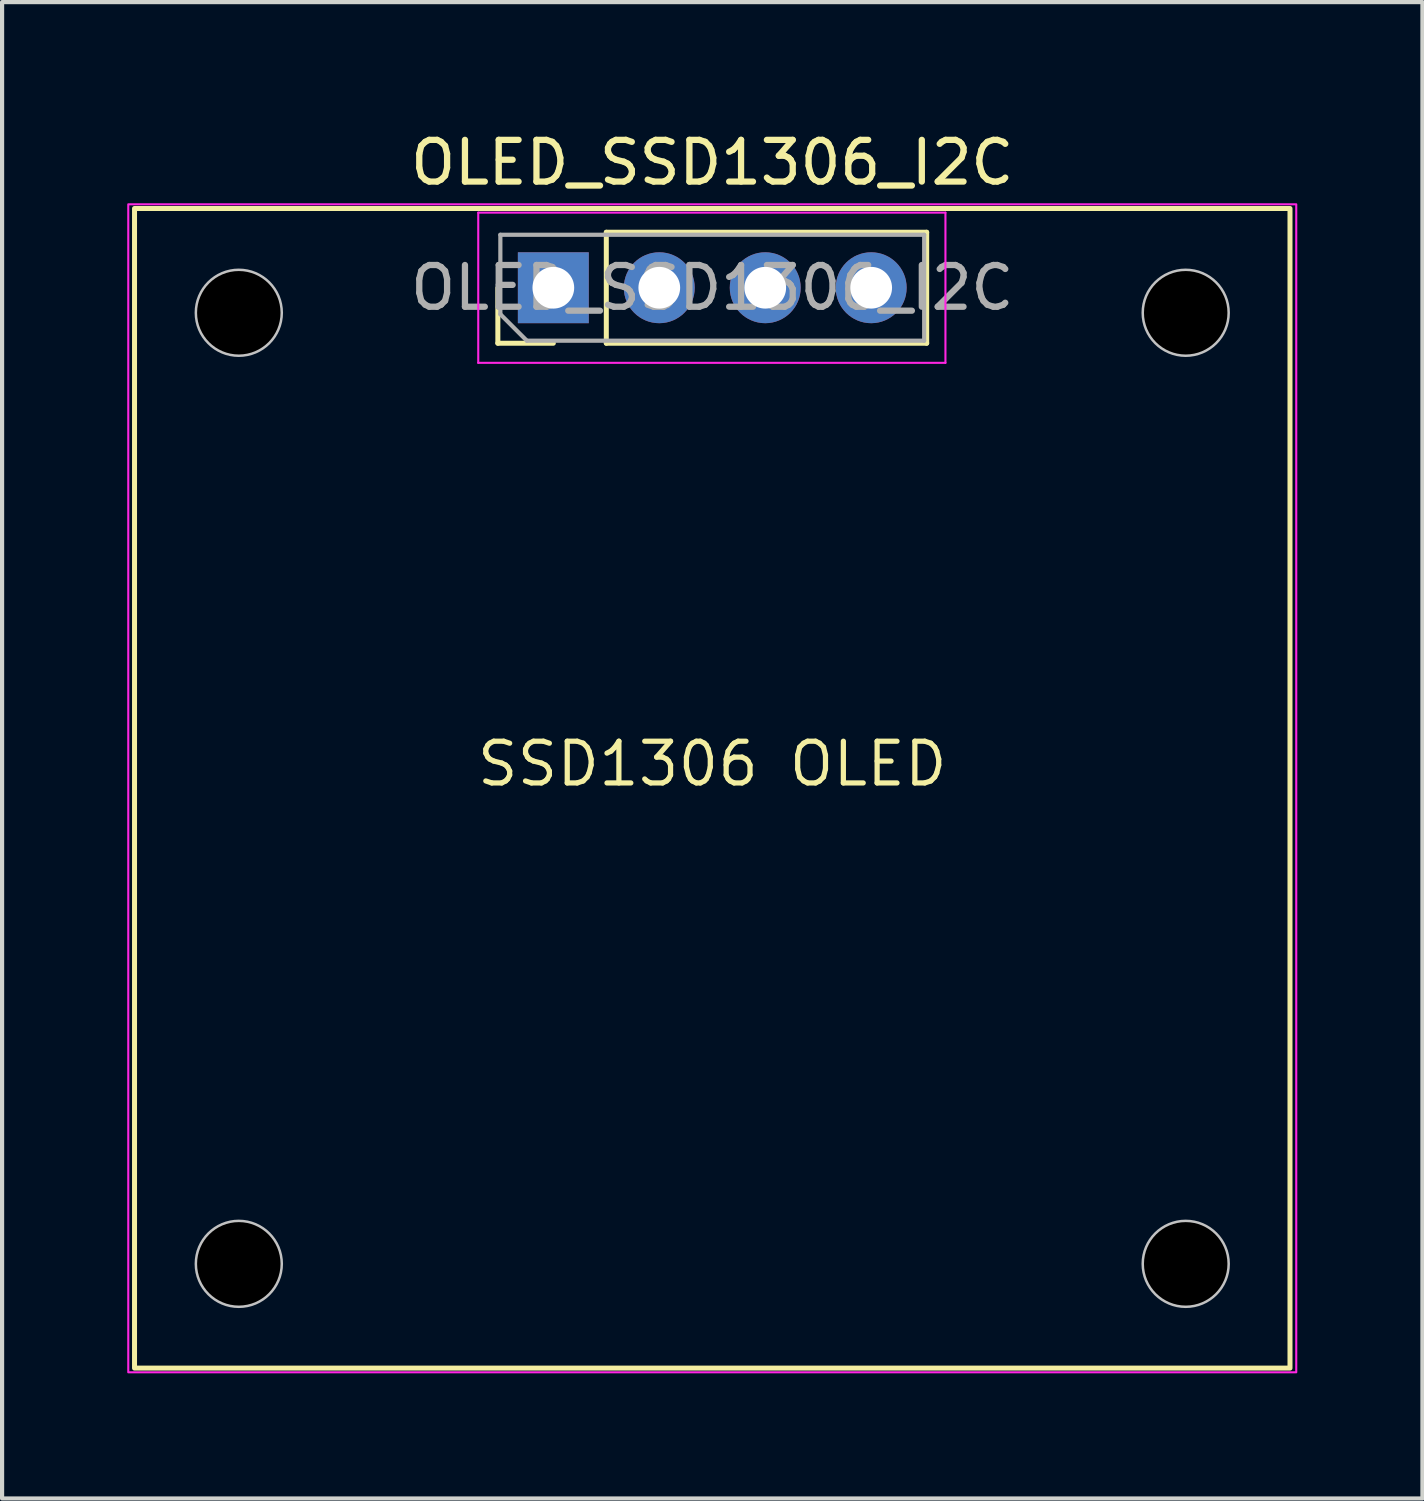
<source format=kicad_pcb>
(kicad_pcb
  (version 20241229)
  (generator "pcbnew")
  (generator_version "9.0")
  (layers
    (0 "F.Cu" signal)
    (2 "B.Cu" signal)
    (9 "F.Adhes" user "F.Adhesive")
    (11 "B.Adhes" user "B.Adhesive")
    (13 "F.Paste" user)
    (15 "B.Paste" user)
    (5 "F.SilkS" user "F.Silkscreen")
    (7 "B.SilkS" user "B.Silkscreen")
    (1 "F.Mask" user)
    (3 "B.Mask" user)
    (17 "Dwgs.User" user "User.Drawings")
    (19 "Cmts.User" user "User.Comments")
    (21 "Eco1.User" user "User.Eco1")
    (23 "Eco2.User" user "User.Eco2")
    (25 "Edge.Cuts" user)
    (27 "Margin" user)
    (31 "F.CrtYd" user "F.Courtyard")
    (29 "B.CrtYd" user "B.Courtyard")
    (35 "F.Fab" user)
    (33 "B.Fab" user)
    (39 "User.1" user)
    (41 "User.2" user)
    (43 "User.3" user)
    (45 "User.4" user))
  (footprint "OLED_SSD1306_I2C"
    (layer "F.Cu")
    (at 14.025 15.848)
    (property "Reference" "OLED_SSD1306_I2C" (at 0 -15 180) (layer "F.SilkS") (effects (font (size 1 1) (thickness 0.15))))
    (attr through_hole)
    (fp_line (start -5.14 -10.67) (end -5.14 -12) (stroke (width 0.12) (type solid)) (layer "F.SilkS"))
    (fp_line (start -3.81 -10.67) (end -5.14 -10.67) (stroke (width 0.12) (type solid)) (layer "F.SilkS"))
    (fp_line (start -2.54 -13.33) (end 5.14 -13.33) (stroke (width 0.12) (type solid)) (layer "F.SilkS"))
    (fp_line (start -2.54 -10.67) (end -2.54 -13.33) (stroke (width 0.12) (type solid)) (layer "F.SilkS"))
    (fp_line (start -2.54 -10.67) (end 5.14 -10.67) (stroke (width 0.12) (type solid)) (layer "F.SilkS"))
    (fp_line (start 5.14 -10.67) (end 5.14 -13.33) (stroke (width 0.12) (type solid)) (layer "F.SilkS"))
    (fp_rect (start -13.85 -13.9) (end 13.85 13.9) (stroke (width 0.12) (type default)) (fill no) (layer "F.SilkS"))
    (fp_circle (center -11.35 -11.4) (end -10.35 -11.4) (stroke (width 0.12) (type default)) (fill no) (layer "Dwgs.User"))
    (fp_circle (center -11.35 11.4) (end -10.35 11.4) (stroke (width 0.12) (type default)) (fill no) (layer "Dwgs.User"))
    (fp_circle (center 11.35 -11.4) (end 12.35 -11.4) (stroke (width 0.12) (type default)) (fill no) (layer "Dwgs.User"))
    (fp_circle (center 11.35 11.4) (end 12.35 11.4) (stroke (width 0.12) (type default)) (fill no) (layer "Dwgs.User"))
    (fp_line (start -5.61 -13.8) (end -5.61 -10.2) (stroke (width 0.05) (type solid)) (layer "F.CrtYd"))
    (fp_line (start -5.61 -10.2) (end 5.59 -10.2) (stroke (width 0.05) (type solid)) (layer "F.CrtYd"))
    (fp_line (start 5.59 -13.8) (end -5.61 -13.8) (stroke (width 0.05) (type solid)) (layer "F.CrtYd"))
    (fp_line (start 5.59 -10.2) (end 5.59 -13.8) (stroke (width 0.05) (type solid)) (layer "F.CrtYd"))
    (fp_rect (start -14 -14) (end 14 14) (stroke (width 0.05) (type default)) (fill no) (layer "F.CrtYd"))
    (fp_line (start -5.08 -13.27) (end 5.08 -13.27) (stroke (width 0.1) (type solid)) (layer "F.Fab"))
    (fp_line (start -5.08 -11.365) (end -5.08 -13.27) (stroke (width 0.1) (type solid)) (layer "F.Fab"))
    (fp_line (start -4.445 -10.73) (end -5.08 -11.365) (stroke (width 0.1) (type solid)) (layer "F.Fab"))
    (fp_line (start 5.08 -13.27) (end 5.08 -10.73) (stroke (width 0.1) (type solid)) (layer "F.Fab"))
    (fp_line (start 5.08 -10.73) (end -4.445 -10.73) (stroke (width 0.1) (type solid)) (layer "F.Fab"))
    (fp_text user "SSD1306 OLED" (at 0 0 0) (unlocked yes) (layer "F.SilkS") (effects (font (size 1 1) (thickness 0.125)) (justify bottom)))
    (fp_text user "${REFERENCE}" (at 0 -12 180) (layer "F.Fab") (effects (font (size 1 1) (thickness 0.15))))
    (pad "" np_thru_hole circle (at -11.35 -11.4) (size 4 4) (drill 2) (layers "*.Mask"))
    (pad "" np_thru_hole circle (at -11.35 11.4) (size 4 4) (drill 2) (layers "*.Mask"))
    (pad "" np_thru_hole circle (at 11.35 -11.4) (size 4 4) (drill 2) (layers "*.Mask"))
    (pad "" np_thru_hole circle (at 11.35 11.4) (size 4 4) (drill 2) (layers "*.Mask"))
    (pad "1" thru_hole rect (at -3.81 -12 90) (size 1.7 1.7) (drill 1) (layers "*.Cu" "*.Mask"))
    (pad "2" thru_hole oval (at -1.27 -12 90) (size 1.7 1.7) (drill 1) (layers "*.Cu" "*.Mask"))
    (pad "3" thru_hole oval (at 1.27 -12 90) (size 1.7 1.7) (drill 1) (layers "*.Cu" "*.Mask"))
    (pad "4" thru_hole oval (at 3.81 -12 90) (size 1.7 1.7) (drill 1) (layers "*.Cu" "*.Mask")))
  (gr_rect
    (start -3 -3)
    (end 31.05 32.873)
    (stroke (width 0.1) (type default))
    (fill no)
    (layer "Edge.Cuts")))
</source>
